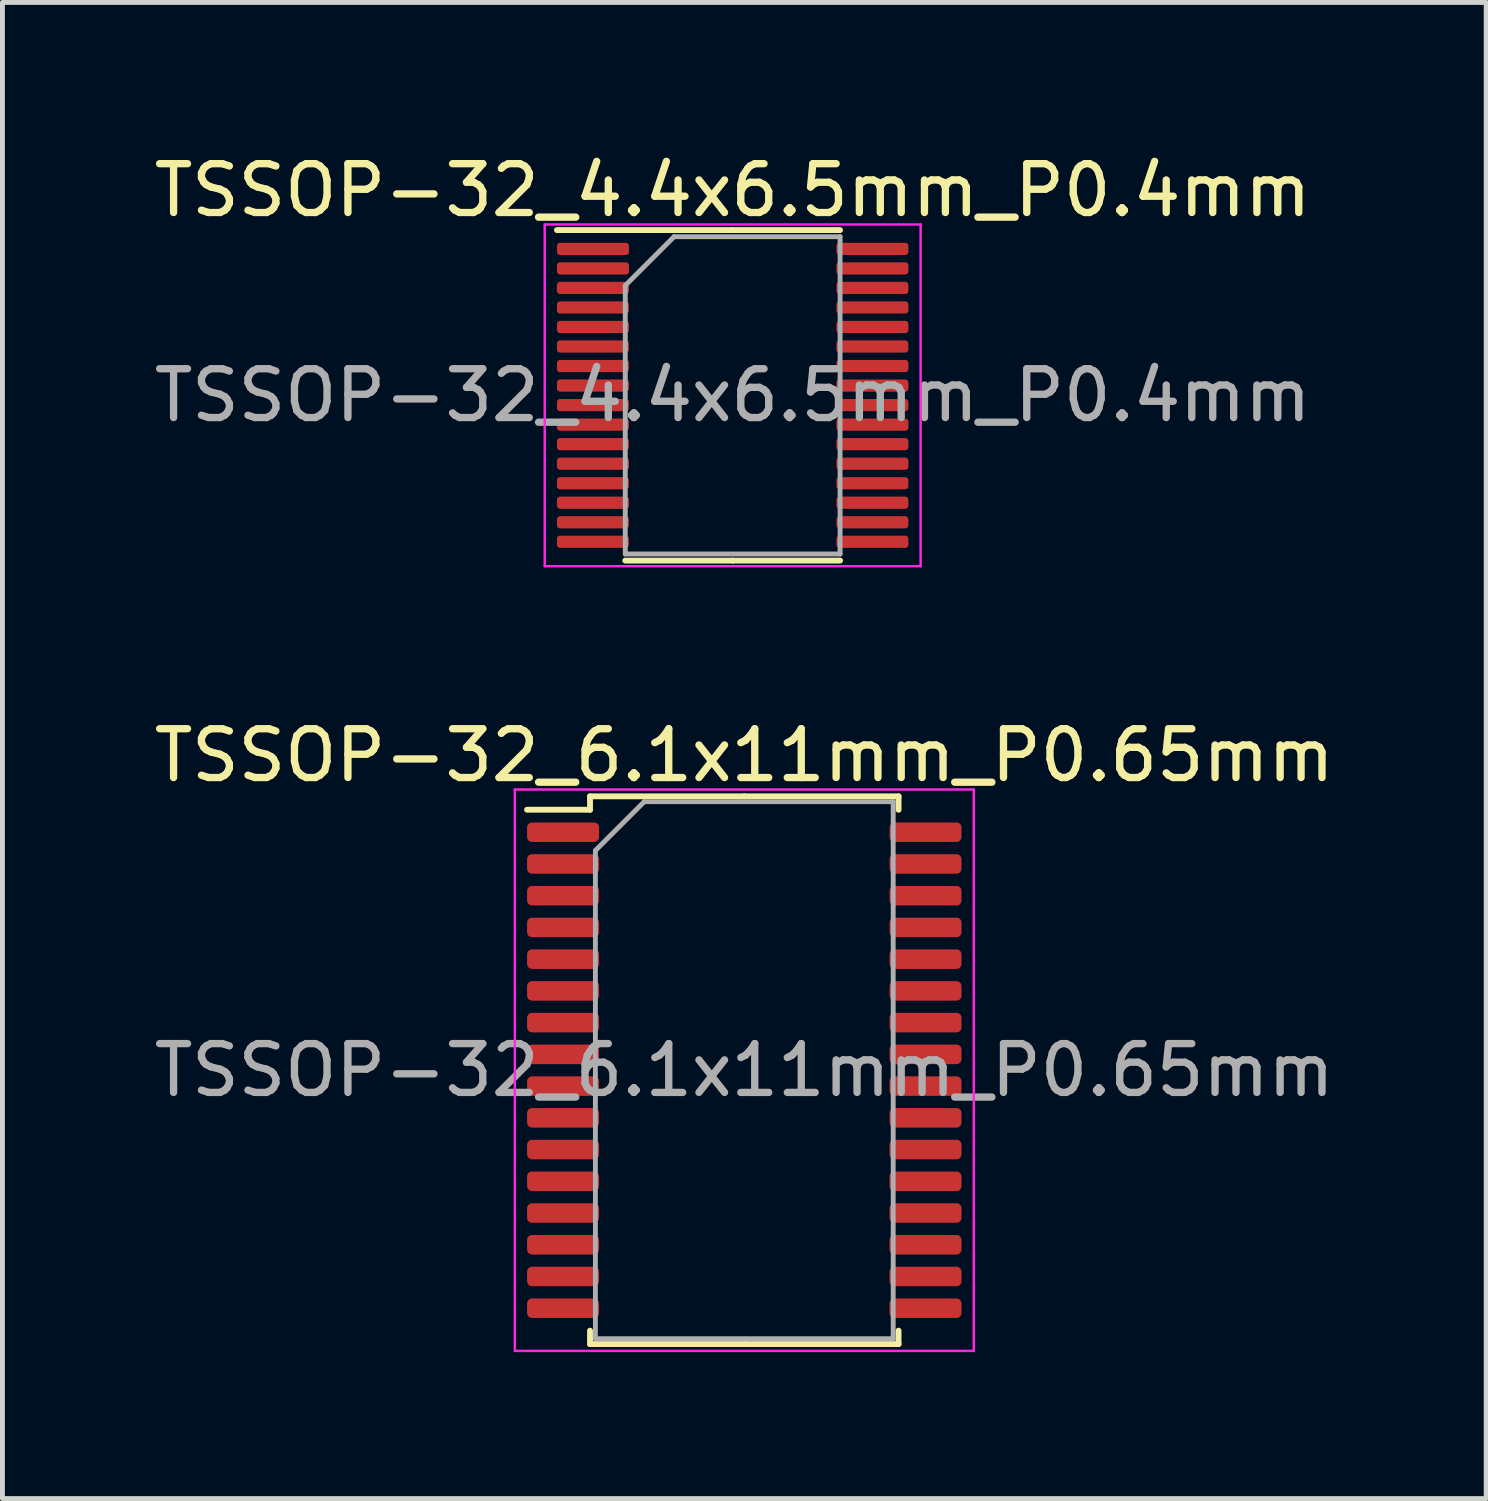
<source format=kicad_pcb>
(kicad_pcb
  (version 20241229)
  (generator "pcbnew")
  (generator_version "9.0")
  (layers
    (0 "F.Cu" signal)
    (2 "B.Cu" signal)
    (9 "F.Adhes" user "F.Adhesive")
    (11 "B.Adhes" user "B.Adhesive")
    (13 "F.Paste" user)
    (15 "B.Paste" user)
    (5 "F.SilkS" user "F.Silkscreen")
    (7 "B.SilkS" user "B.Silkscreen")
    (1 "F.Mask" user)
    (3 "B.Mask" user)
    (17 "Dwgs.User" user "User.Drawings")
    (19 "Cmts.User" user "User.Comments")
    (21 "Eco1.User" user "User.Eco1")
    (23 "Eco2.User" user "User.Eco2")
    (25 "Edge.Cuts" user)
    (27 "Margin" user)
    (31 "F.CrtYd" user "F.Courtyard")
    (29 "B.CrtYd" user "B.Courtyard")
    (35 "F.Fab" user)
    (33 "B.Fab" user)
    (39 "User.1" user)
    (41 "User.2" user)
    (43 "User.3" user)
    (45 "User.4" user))
  (footprint "TSSOP-32_4.4x6.5mm_P0.4mm"
    (layer "F.Cu")
    (at 11.958 5.048)
    (property "Reference" "TSSOP-32_4.4x6.5mm_P0.4mm" (at 0 -4.2 0) (layer "F.SilkS") (effects (font (size 1 1) (thickness 0.15))))
    (attr smd)
    (fp_line (start 0 -3.385) (end -3.6 -3.385) (stroke (width 0.12) (type solid)) (layer "F.SilkS"))
    (fp_line (start 0 -3.385) (end 2.2 -3.385) (stroke (width 0.12) (type solid)) (layer "F.SilkS"))
    (fp_line (start 0 3.385) (end -2.2 3.385) (stroke (width 0.12) (type solid)) (layer "F.SilkS"))
    (fp_line (start 0 3.385) (end 2.2 3.385) (stroke (width 0.12) (type solid)) (layer "F.SilkS"))
    (fp_line (start -3.85 -3.5) (end -3.85 3.5) (stroke (width 0.05) (type solid)) (layer "F.CrtYd"))
    (fp_line (start -3.85 3.5) (end 3.85 3.5) (stroke (width 0.05) (type solid)) (layer "F.CrtYd"))
    (fp_line (start 3.85 -3.5) (end -3.85 -3.5) (stroke (width 0.05) (type solid)) (layer "F.CrtYd"))
    (fp_line (start 3.85 3.5) (end 3.85 -3.5) (stroke (width 0.05) (type solid)) (layer "F.CrtYd"))
    (fp_line (start -2.2 -2.25) (end -1.2 -3.25) (stroke (width 0.1) (type solid)) (layer "F.Fab"))
    (fp_line (start -2.2 3.25) (end -2.2 -2.25) (stroke (width 0.1) (type solid)) (layer "F.Fab"))
    (fp_line (start -1.2 -3.25) (end 2.2 -3.25) (stroke (width 0.1) (type solid)) (layer "F.Fab"))
    (fp_line (start 2.2 -3.25) (end 2.2 3.25) (stroke (width 0.1) (type solid)) (layer "F.Fab"))
    (fp_line (start 2.2 3.25) (end -2.2 3.25) (stroke (width 0.1) (type solid)) (layer "F.Fab"))
    (fp_text user "${REFERENCE}" (at 0 0 0) (layer "F.Fab") (effects (font (size 1 1) (thickness 0.15))))
    (pad "1" smd roundrect (at -2.862 -3) (size 1.475 0.25) (layers "F.Cu" "F.Mask" "F.Paste") (roundrect_rratio 0.25))
    (pad "2" smd roundrect (at -2.862 -2.6) (size 1.475 0.25) (layers "F.Cu" "F.Mask" "F.Paste") (roundrect_rratio 0.25))
    (pad "3" smd roundrect (at -2.862 -2.2) (size 1.475 0.25) (layers "F.Cu" "F.Mask" "F.Paste") (roundrect_rratio 0.25))
    (pad "4" smd roundrect (at -2.862 -1.8) (size 1.475 0.25) (layers "F.Cu" "F.Mask" "F.Paste") (roundrect_rratio 0.25))
    (pad "5" smd roundrect (at -2.862 -1.4) (size 1.475 0.25) (layers "F.Cu" "F.Mask" "F.Paste") (roundrect_rratio 0.25))
    (pad "6" smd roundrect (at -2.862 -1) (size 1.475 0.25) (layers "F.Cu" "F.Mask" "F.Paste") (roundrect_rratio 0.25))
    (pad "7" smd roundrect (at -2.862 -0.6) (size 1.475 0.25) (layers "F.Cu" "F.Mask" "F.Paste") (roundrect_rratio 0.25))
    (pad "8" smd roundrect (at -2.862 -0.2) (size 1.475 0.25) (layers "F.Cu" "F.Mask" "F.Paste") (roundrect_rratio 0.25))
    (pad "9" smd roundrect (at -2.862 0.2) (size 1.475 0.25) (layers "F.Cu" "F.Mask" "F.Paste") (roundrect_rratio 0.25))
    (pad "10" smd roundrect (at -2.862 0.6) (size 1.475 0.25) (layers "F.Cu" "F.Mask" "F.Paste") (roundrect_rratio 0.25))
    (pad "11" smd roundrect (at -2.862 1) (size 1.475 0.25) (layers "F.Cu" "F.Mask" "F.Paste") (roundrect_rratio 0.25))
    (pad "12" smd roundrect (at -2.862 1.4) (size 1.475 0.25) (layers "F.Cu" "F.Mask" "F.Paste") (roundrect_rratio 0.25))
    (pad "13" smd roundrect (at -2.862 1.8) (size 1.475 0.25) (layers "F.Cu" "F.Mask" "F.Paste") (roundrect_rratio 0.25))
    (pad "14" smd roundrect (at -2.862 2.2) (size 1.475 0.25) (layers "F.Cu" "F.Mask" "F.Paste") (roundrect_rratio 0.25))
    (pad "15" smd roundrect (at -2.862 2.6) (size 1.475 0.25) (layers "F.Cu" "F.Mask" "F.Paste") (roundrect_rratio 0.25))
    (pad "16" smd roundrect (at -2.862 3) (size 1.475 0.25) (layers "F.Cu" "F.Mask" "F.Paste") (roundrect_rratio 0.25))
    (pad "17" smd roundrect (at 2.862 3) (size 1.475 0.25) (layers "F.Cu" "F.Mask" "F.Paste") (roundrect_rratio 0.25))
    (pad "18" smd roundrect (at 2.862 2.6) (size 1.475 0.25) (layers "F.Cu" "F.Mask" "F.Paste") (roundrect_rratio 0.25))
    (pad "19" smd roundrect (at 2.862 2.2) (size 1.475 0.25) (layers "F.Cu" "F.Mask" "F.Paste") (roundrect_rratio 0.25))
    (pad "20" smd roundrect (at 2.862 1.8) (size 1.475 0.25) (layers "F.Cu" "F.Mask" "F.Paste") (roundrect_rratio 0.25))
    (pad "21" smd roundrect (at 2.862 1.4) (size 1.475 0.25) (layers "F.Cu" "F.Mask" "F.Paste") (roundrect_rratio 0.25))
    (pad "22" smd roundrect (at 2.862 1) (size 1.475 0.25) (layers "F.Cu" "F.Mask" "F.Paste") (roundrect_rratio 0.25))
    (pad "23" smd roundrect (at 2.862 0.6) (size 1.475 0.25) (layers "F.Cu" "F.Mask" "F.Paste") (roundrect_rratio 0.25))
    (pad "24" smd roundrect (at 2.862 0.2) (size 1.475 0.25) (layers "F.Cu" "F.Mask" "F.Paste") (roundrect_rratio 0.25))
    (pad "25" smd roundrect (at 2.862 -0.2) (size 1.475 0.25) (layers "F.Cu" "F.Mask" "F.Paste") (roundrect_rratio 0.25))
    (pad "26" smd roundrect (at 2.862 -0.6) (size 1.475 0.25) (layers "F.Cu" "F.Mask" "F.Paste") (roundrect_rratio 0.25))
    (pad "27" smd roundrect (at 2.862 -1) (size 1.475 0.25) (layers "F.Cu" "F.Mask" "F.Paste") (roundrect_rratio 0.25))
    (pad "28" smd roundrect (at 2.862 -1.4) (size 1.475 0.25) (layers "F.Cu" "F.Mask" "F.Paste") (roundrect_rratio 0.25))
    (pad "29" smd roundrect (at 2.862 -1.8) (size 1.475 0.25) (layers "F.Cu" "F.Mask" "F.Paste") (roundrect_rratio 0.25))
    (pad "30" smd roundrect (at 2.862 -2.2) (size 1.475 0.25) (layers "F.Cu" "F.Mask" "F.Paste") (roundrect_rratio 0.25))
    (pad "31" smd roundrect (at 2.862 -2.6) (size 1.475 0.25) (layers "F.Cu" "F.Mask" "F.Paste") (roundrect_rratio 0.25))
    (pad "32" smd roundrect (at 2.862 -3) (size 1.475 0.25) (layers "F.Cu" "F.Mask" "F.Paste") (roundrect_rratio 0.25)))
  (footprint "TSSOP-32_6.1x11mm_P0.65mm"
    (layer "F.Cu")
    (at 12.196 18.872)
    (property "Reference" "TSSOP-32_6.1x11mm_P0.65mm" (at 0 -6.45 0) (layer "F.SilkS") (effects (font (size 1 1) (thickness 0.15))))
    (attr smd)
    (fp_line (start -3.16 -5.61) (end -3.16 -5.335) (stroke (width 0.12) (type solid)) (layer "F.SilkS"))
    (fp_line (start -3.16 -5.335) (end -4.45 -5.335) (stroke (width 0.12) (type solid)) (layer "F.SilkS"))
    (fp_line (start -3.16 5.61) (end -3.16 5.335) (stroke (width 0.12) (type solid)) (layer "F.SilkS"))
    (fp_line (start 0 -5.61) (end -3.16 -5.61) (stroke (width 0.12) (type solid)) (layer "F.SilkS"))
    (fp_line (start 0 -5.61) (end 3.16 -5.61) (stroke (width 0.12) (type solid)) (layer "F.SilkS"))
    (fp_line (start 0 5.61) (end -3.16 5.61) (stroke (width 0.12) (type solid)) (layer "F.SilkS"))
    (fp_line (start 0 5.61) (end 3.16 5.61) (stroke (width 0.12) (type solid)) (layer "F.SilkS"))
    (fp_line (start 3.16 -5.61) (end 3.16 -5.335) (stroke (width 0.12) (type solid)) (layer "F.SilkS"))
    (fp_line (start 3.16 5.61) (end 3.16 5.335) (stroke (width 0.12) (type solid)) (layer "F.SilkS"))
    (fp_line (start -4.7 -5.75) (end -4.7 5.75) (stroke (width 0.05) (type solid)) (layer "F.CrtYd"))
    (fp_line (start -4.7 5.75) (end 4.7 5.75) (stroke (width 0.05) (type solid)) (layer "F.CrtYd"))
    (fp_line (start 4.7 -5.75) (end -4.7 -5.75) (stroke (width 0.05) (type solid)) (layer "F.CrtYd"))
    (fp_line (start 4.7 5.75) (end 4.7 -5.75) (stroke (width 0.05) (type solid)) (layer "F.CrtYd"))
    (fp_line (start -3.05 -4.5) (end -2.05 -5.5) (stroke (width 0.1) (type solid)) (layer "F.Fab"))
    (fp_line (start -3.05 5.5) (end -3.05 -4.5) (stroke (width 0.1) (type solid)) (layer "F.Fab"))
    (fp_line (start -2.05 -5.5) (end 3.05 -5.5) (stroke (width 0.1) (type solid)) (layer "F.Fab"))
    (fp_line (start 3.05 -5.5) (end 3.05 5.5) (stroke (width 0.1) (type solid)) (layer "F.Fab"))
    (fp_line (start 3.05 5.5) (end -3.05 5.5) (stroke (width 0.1) (type solid)) (layer "F.Fab"))
    (fp_text user "${REFERENCE}" (at 0 0 0) (layer "F.Fab") (effects (font (size 1 1) (thickness 0.15))))
    (pad "1" smd roundrect (at -3.712 -4.875) (size 1.475 0.4) (layers "F.Cu" "F.Mask" "F.Paste") (roundrect_rratio 0.25))
    (pad "2" smd roundrect (at -3.712 -4.225) (size 1.475 0.4) (layers "F.Cu" "F.Mask" "F.Paste") (roundrect_rratio 0.25))
    (pad "3" smd roundrect (at -3.712 -3.575) (size 1.475 0.4) (layers "F.Cu" "F.Mask" "F.Paste") (roundrect_rratio 0.25))
    (pad "4" smd roundrect (at -3.712 -2.925) (size 1.475 0.4) (layers "F.Cu" "F.Mask" "F.Paste") (roundrect_rratio 0.25))
    (pad "5" smd roundrect (at -3.712 -2.275) (size 1.475 0.4) (layers "F.Cu" "F.Mask" "F.Paste") (roundrect_rratio 0.25))
    (pad "6" smd roundrect (at -3.712 -1.625) (size 1.475 0.4) (layers "F.Cu" "F.Mask" "F.Paste") (roundrect_rratio 0.25))
    (pad "7" smd roundrect (at -3.712 -0.975) (size 1.475 0.4) (layers "F.Cu" "F.Mask" "F.Paste") (roundrect_rratio 0.25))
    (pad "8" smd roundrect (at -3.712 -0.325) (size 1.475 0.4) (layers "F.Cu" "F.Mask" "F.Paste") (roundrect_rratio 0.25))
    (pad "9" smd roundrect (at -3.712 0.325) (size 1.475 0.4) (layers "F.Cu" "F.Mask" "F.Paste") (roundrect_rratio 0.25))
    (pad "10" smd roundrect (at -3.712 0.975) (size 1.475 0.4) (layers "F.Cu" "F.Mask" "F.Paste") (roundrect_rratio 0.25))
    (pad "11" smd roundrect (at -3.712 1.625) (size 1.475 0.4) (layers "F.Cu" "F.Mask" "F.Paste") (roundrect_rratio 0.25))
    (pad "12" smd roundrect (at -3.712 2.275) (size 1.475 0.4) (layers "F.Cu" "F.Mask" "F.Paste") (roundrect_rratio 0.25))
    (pad "13" smd roundrect (at -3.712 2.925) (size 1.475 0.4) (layers "F.Cu" "F.Mask" "F.Paste") (roundrect_rratio 0.25))
    (pad "14" smd roundrect (at -3.712 3.575) (size 1.475 0.4) (layers "F.Cu" "F.Mask" "F.Paste") (roundrect_rratio 0.25))
    (pad "15" smd roundrect (at -3.712 4.225) (size 1.475 0.4) (layers "F.Cu" "F.Mask" "F.Paste") (roundrect_rratio 0.25))
    (pad "16" smd roundrect (at -3.712 4.875) (size 1.475 0.4) (layers "F.Cu" "F.Mask" "F.Paste") (roundrect_rratio 0.25))
    (pad "17" smd roundrect (at 3.712 4.875) (size 1.475 0.4) (layers "F.Cu" "F.Mask" "F.Paste") (roundrect_rratio 0.25))
    (pad "18" smd roundrect (at 3.712 4.225) (size 1.475 0.4) (layers "F.Cu" "F.Mask" "F.Paste") (roundrect_rratio 0.25))
    (pad "19" smd roundrect (at 3.712 3.575) (size 1.475 0.4) (layers "F.Cu" "F.Mask" "F.Paste") (roundrect_rratio 0.25))
    (pad "20" smd roundrect (at 3.712 2.925) (size 1.475 0.4) (layers "F.Cu" "F.Mask" "F.Paste") (roundrect_rratio 0.25))
    (pad "21" smd roundrect (at 3.712 2.275) (size 1.475 0.4) (layers "F.Cu" "F.Mask" "F.Paste") (roundrect_rratio 0.25))
    (pad "22" smd roundrect (at 3.712 1.625) (size 1.475 0.4) (layers "F.Cu" "F.Mask" "F.Paste") (roundrect_rratio 0.25))
    (pad "23" smd roundrect (at 3.712 0.975) (size 1.475 0.4) (layers "F.Cu" "F.Mask" "F.Paste") (roundrect_rratio 0.25))
    (pad "24" smd roundrect (at 3.712 0.325) (size 1.475 0.4) (layers "F.Cu" "F.Mask" "F.Paste") (roundrect_rratio 0.25))
    (pad "25" smd roundrect (at 3.712 -0.325) (size 1.475 0.4) (layers "F.Cu" "F.Mask" "F.Paste") (roundrect_rratio 0.25))
    (pad "26" smd roundrect (at 3.712 -0.975) (size 1.475 0.4) (layers "F.Cu" "F.Mask" "F.Paste") (roundrect_rratio 0.25))
    (pad "27" smd roundrect (at 3.712 -1.625) (size 1.475 0.4) (layers "F.Cu" "F.Mask" "F.Paste") (roundrect_rratio 0.25))
    (pad "28" smd roundrect (at 3.712 -2.275) (size 1.475 0.4) (layers "F.Cu" "F.Mask" "F.Paste") (roundrect_rratio 0.25))
    (pad "29" smd roundrect (at 3.712 -2.925) (size 1.475 0.4) (layers "F.Cu" "F.Mask" "F.Paste") (roundrect_rratio 0.25))
    (pad "30" smd roundrect (at 3.712 -3.575) (size 1.475 0.4) (layers "F.Cu" "F.Mask" "F.Paste") (roundrect_rratio 0.25))
    (pad "31" smd roundrect (at 3.712 -4.225) (size 1.475 0.4) (layers "F.Cu" "F.Mask" "F.Paste") (roundrect_rratio 0.25))
    (pad "32" smd roundrect (at 3.712 -4.875) (size 1.475 0.4) (layers "F.Cu" "F.Mask" "F.Paste") (roundrect_rratio 0.25)))
  (gr_rect
    (start -3 -3)
    (end 27.393 27.646)
    (stroke (width 0.1) (type default))
    (fill no)
    (layer "Edge.Cuts")))
</source>
